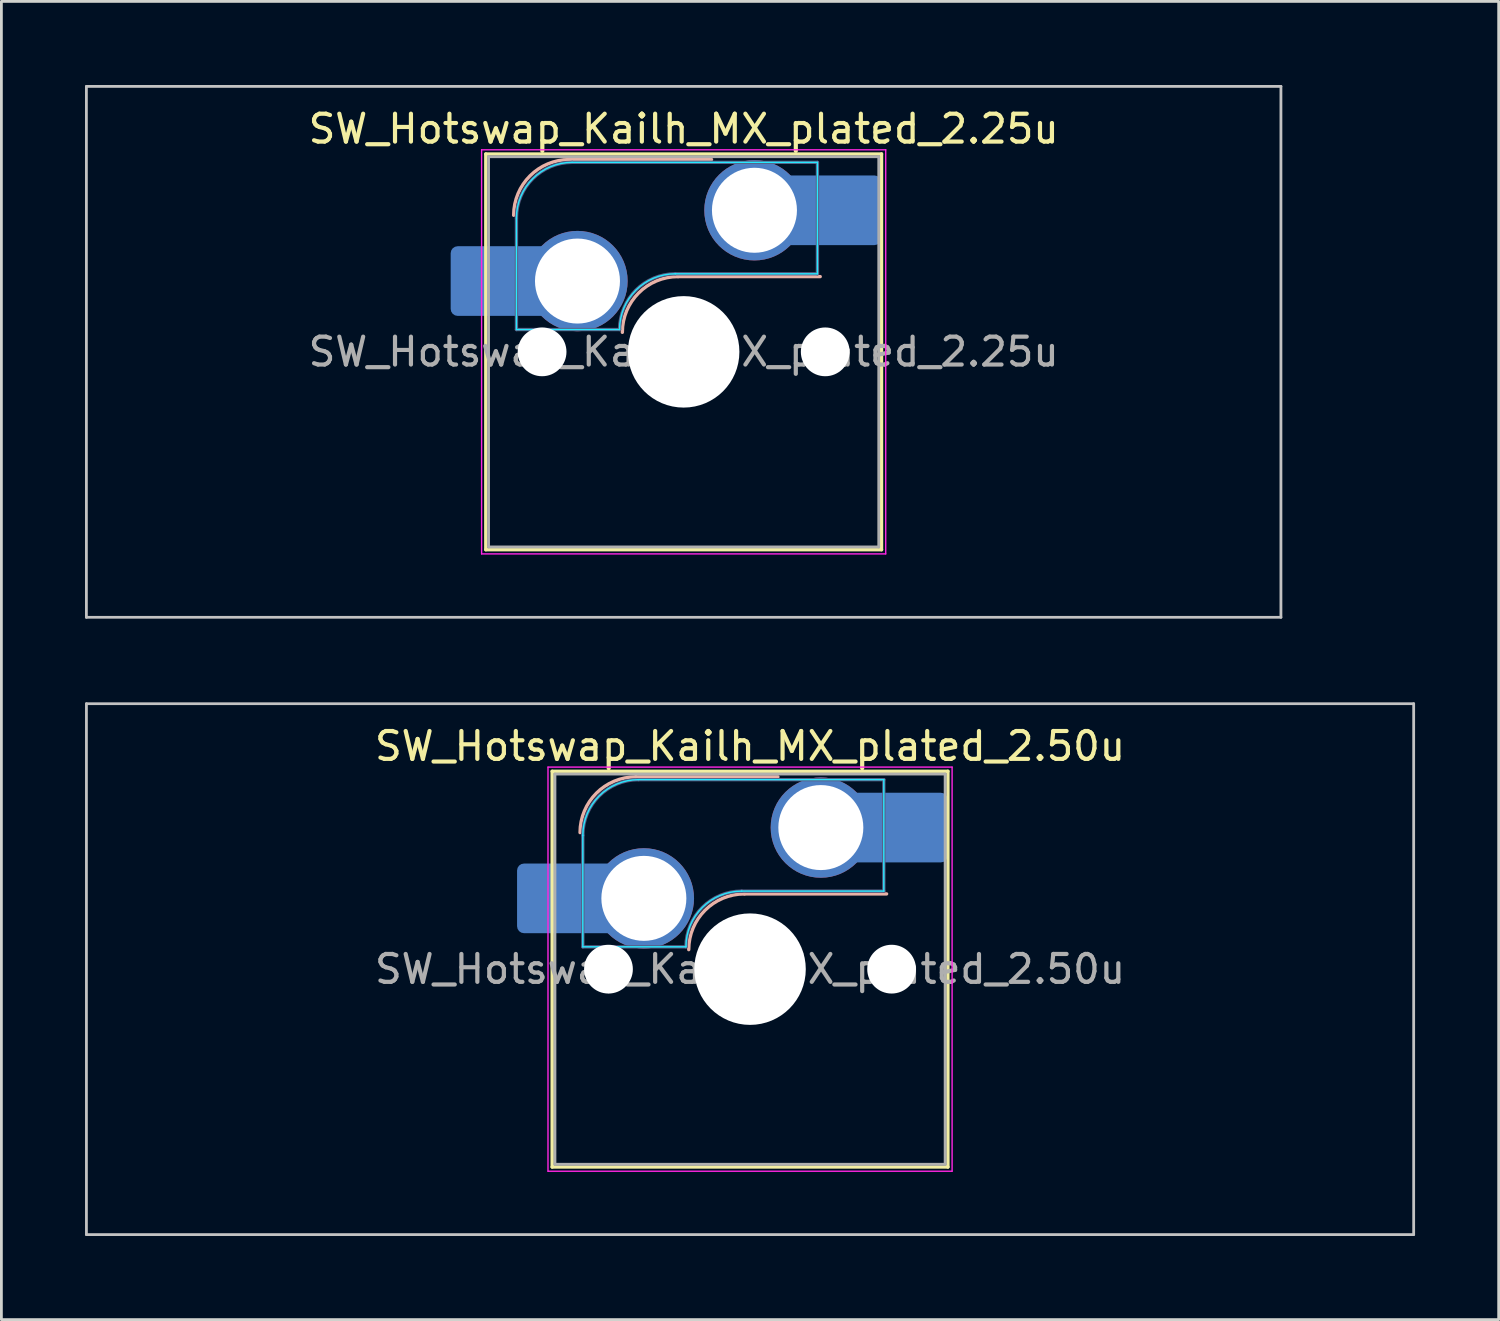
<source format=kicad_pcb>
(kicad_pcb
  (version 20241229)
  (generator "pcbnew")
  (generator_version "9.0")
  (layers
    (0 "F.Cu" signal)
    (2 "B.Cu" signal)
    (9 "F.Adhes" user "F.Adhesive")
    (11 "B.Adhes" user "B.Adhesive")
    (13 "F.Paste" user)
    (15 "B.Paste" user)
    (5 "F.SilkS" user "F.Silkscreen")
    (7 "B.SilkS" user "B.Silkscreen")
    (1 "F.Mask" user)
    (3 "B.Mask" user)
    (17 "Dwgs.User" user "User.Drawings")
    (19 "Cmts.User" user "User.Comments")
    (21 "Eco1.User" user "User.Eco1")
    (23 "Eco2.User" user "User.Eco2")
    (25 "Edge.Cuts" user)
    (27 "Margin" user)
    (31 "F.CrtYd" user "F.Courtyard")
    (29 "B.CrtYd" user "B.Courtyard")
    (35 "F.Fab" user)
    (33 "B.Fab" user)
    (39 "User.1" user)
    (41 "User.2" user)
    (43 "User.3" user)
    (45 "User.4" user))
  (footprint "SW_Hotswap_Kailh_MX_plated_2.50u"
    (layer "F.Cu")
    (at 23.863 31.725)
    (property "Reference" "SW_Hotswap_Kailh_MX_plated_2.50u" (at 0 -8 0) (layer "F.SilkS") (effects (font (size 1 1) (thickness 0.15))))
    (attr smd)
    (fp_line (start -7.1 -7.1) (end -7.1 7.1) (stroke (width 0.12) (type solid)) (layer "F.SilkS"))
    (fp_line (start -7.1 7.1) (end 7.1 7.1) (stroke (width 0.12) (type solid)) (layer "F.SilkS"))
    (fp_line (start 7.1 -7.1) (end -7.1 -7.1) (stroke (width 0.12) (type solid)) (layer "F.SilkS"))
    (fp_line (start 7.1 7.1) (end 7.1 -7.1) (stroke (width 0.12) (type solid)) (layer "F.SilkS"))
    (fp_line (start -4.1 -6.9) (end 1 -6.9) (stroke (width 0.12) (type solid)) (layer "B.SilkS"))
    (fp_line (start -0.2 -2.7) (end 4.9 -2.7) (stroke (width 0.12) (type solid)) (layer "B.SilkS"))
    (fp_arc (start -6.1 -4.9) (mid -5.514214 -6.314214) (end -4.1 -6.9) (stroke (width 0.12) (type solid)) (layer "B.SilkS"))
    (fp_arc (start -2.2 -0.7) (mid -1.614214 -2.114214) (end -0.2 -2.7) (stroke (width 0.12) (type solid)) (layer "B.SilkS"))
    (fp_line (start -23.812 -9.525) (end -23.812 9.525) (stroke (width 0.1) (type solid)) (layer "Dwgs.User"))
    (fp_line (start -23.812 9.525) (end 23.812 9.525) (stroke (width 0.1) (type solid)) (layer "Dwgs.User"))
    (fp_line (start 23.812 -9.525) (end -23.812 -9.525) (stroke (width 0.1) (type solid)) (layer "Dwgs.User"))
    (fp_line (start 23.812 9.525) (end 23.812 -9.525) (stroke (width 0.1) (type solid)) (layer "Dwgs.User"))
    (fp_line (start -7.8 -6) (end -7 -6) (stroke (width 0.1) (type solid)) (layer "Eco1.User"))
    (fp_line (start -7.8 -2.9) (end -7.8 -6) (stroke (width 0.1) (type solid)) (layer "Eco1.User"))
    (fp_line (start -7.8 2.9) (end -7 2.9) (stroke (width 0.1) (type solid)) (layer "Eco1.User"))
    (fp_line (start -7.8 6) (end -7.8 2.9) (stroke (width 0.1) (type solid)) (layer "Eco1.User"))
    (fp_line (start -7 -7) (end 7 -7) (stroke (width 0.1) (type solid)) (layer "Eco1.User"))
    (fp_line (start -7 -6) (end -7 -7) (stroke (width 0.1) (type solid)) (layer "Eco1.User"))
    (fp_line (start -7 -2.9) (end -7.8 -2.9) (stroke (width 0.1) (type solid)) (layer "Eco1.User"))
    (fp_line (start -7 2.9) (end -7 -2.9) (stroke (width 0.1) (type solid)) (layer "Eco1.User"))
    (fp_line (start -7 6) (end -7.8 6) (stroke (width 0.1) (type solid)) (layer "Eco1.User"))
    (fp_line (start -7 7) (end -7 6) (stroke (width 0.1) (type solid)) (layer "Eco1.User"))
    (fp_line (start 7 -7) (end 7 -6) (stroke (width 0.1) (type solid)) (layer "Eco1.User"))
    (fp_line (start 7 -6) (end 7.8 -6) (stroke (width 0.1) (type solid)) (layer "Eco1.User"))
    (fp_line (start 7 -2.9) (end 7 2.9) (stroke (width 0.1) (type solid)) (layer "Eco1.User"))
    (fp_line (start 7 2.9) (end 7.8 2.9) (stroke (width 0.1) (type solid)) (layer "Eco1.User"))
    (fp_line (start 7 6) (end 7 7) (stroke (width 0.1) (type solid)) (layer "Eco1.User"))
    (fp_line (start 7 7) (end -7 7) (stroke (width 0.1) (type solid)) (layer "Eco1.User"))
    (fp_line (start 7.8 -6) (end 7.8 -2.9) (stroke (width 0.1) (type solid)) (layer "Eco1.User"))
    (fp_line (start 7.8 -2.9) (end 7 -2.9) (stroke (width 0.1) (type solid)) (layer "Eco1.User"))
    (fp_line (start 7.8 2.9) (end 7.8 6) (stroke (width 0.1) (type solid)) (layer "Eco1.User"))
    (fp_line (start 7.8 6) (end 7 6) (stroke (width 0.1) (type solid)) (layer "Eco1.User"))
    (fp_line (start -6 -0.8) (end -6 -4.8) (stroke (width 0.05) (type solid)) (layer "B.CrtYd"))
    (fp_line (start -6 -0.8) (end -2.3 -0.8) (stroke (width 0.05) (type solid)) (layer "B.CrtYd"))
    (fp_line (start -4 -6.8) (end 4.8 -6.8) (stroke (width 0.05) (type solid)) (layer "B.CrtYd"))
    (fp_line (start -0.3 -2.8) (end 4.8 -2.8) (stroke (width 0.05) (type solid)) (layer "B.CrtYd"))
    (fp_line (start 4.8 -6.8) (end 4.8 -2.8) (stroke (width 0.05) (type solid)) (layer "B.CrtYd"))
    (fp_arc (start -6 -4.8) (mid -5.414214 -6.214214) (end -4 -6.8) (stroke (width 0.05) (type solid)) (layer "B.CrtYd"))
    (fp_arc (start -2.3 -0.8) (mid -1.714214 -2.214214) (end -0.3 -2.8) (stroke (width 0.05) (type solid)) (layer "B.CrtYd"))
    (fp_line (start -7.25 -7.25) (end -7.25 7.25) (stroke (width 0.05) (type solid)) (layer "F.CrtYd"))
    (fp_line (start -7.25 7.25) (end 7.25 7.25) (stroke (width 0.05) (type solid)) (layer "F.CrtYd"))
    (fp_line (start 7.25 -7.25) (end -7.25 -7.25) (stroke (width 0.05) (type solid)) (layer "F.CrtYd"))
    (fp_line (start 7.25 7.25) (end 7.25 -7.25) (stroke (width 0.05) (type solid)) (layer "F.CrtYd"))
    (fp_line (start -6 -0.8) (end -6 -4.8) (stroke (width 0.12) (type solid)) (layer "B.Fab"))
    (fp_line (start -6 -0.8) (end -2.3 -0.8) (stroke (width 0.12) (type solid)) (layer "B.Fab"))
    (fp_line (start -4 -6.8) (end 4.8 -6.8) (stroke (width 0.12) (type solid)) (layer "B.Fab"))
    (fp_line (start -0.3 -2.8) (end 4.8 -2.8) (stroke (width 0.12) (type solid)) (layer "B.Fab"))
    (fp_line (start 4.8 -6.8) (end 4.8 -2.8) (stroke (width 0.12) (type solid)) (layer "B.Fab"))
    (fp_arc (start -6 -4.8) (mid -5.414214 -6.214214) (end -4 -6.8) (stroke (width 0.12) (type solid)) (layer "B.Fab"))
    (fp_arc (start -2.3 -0.8) (mid -1.714214 -2.214214) (end -0.3 -2.8) (stroke (width 0.12) (type solid)) (layer "B.Fab"))
    (fp_line (start -7 -7) (end -7 7) (stroke (width 0.1) (type solid)) (layer "F.Fab"))
    (fp_line (start -7 7) (end 7 7) (stroke (width 0.1) (type solid)) (layer "F.Fab"))
    (fp_line (start 7 -7) (end -7 -7) (stroke (width 0.1) (type solid)) (layer "F.Fab"))
    (fp_line (start 7 7) (end 7 -7) (stroke (width 0.1) (type solid)) (layer "F.Fab"))
    (fp_text user "${REFERENCE}" (at 0 0 0) (layer "F.Fab") (effects (font (size 1 1) (thickness 0.15))))
    (pad "" smd roundrect (at -7.085 -2.54) (size 2.55 2.5) (layers "B.Mask" "B.Paste") (roundrect_rratio 0.1))
    (pad "" np_thru_hole circle (at -5.08 0) (size 1.75 1.75) (drill 1.75) (layers "*.Cu" "*.Mask"))
    (pad "" np_thru_hole circle (at 0 0) (size 4 4) (drill 4) (layers "*.Cu" "*.Mask"))
    (pad "" np_thru_hole circle (at 5.08 0) (size 1.75 1.75) (drill 1.75) (layers "*.Cu" "*.Mask"))
    (pad "" smd roundrect (at 5.842 -5.08) (size 2.55 2.5) (layers "B.Mask" "B.Paste") (roundrect_rratio 0.1))
    (pad "1" smd roundrect (at -6.585 -2.54) (size 3.55 2.5) (layers "B.Cu") (roundrect_rratio 0.1))
    (pad "1" thru_hole circle (at -3.81 -2.54) (size 3.6 3.6) (drill 3.05) (layers "*.Cu" "B.Mask"))
    (pad "2" thru_hole circle (at 2.54 -5.08) (size 3.6 3.6) (drill 3.05) (layers "*.Cu" "B.Mask"))
    (pad "2" smd roundrect (at 5.32 -5.08) (size 3.55 2.5) (layers "B.Cu") (roundrect_rratio 0.1)))
  (footprint "SW_Hotswap_Kailh_MX_plated_2.25u"
    (layer "F.Cu")
    (at 21.481 9.575)
    (property "Reference" "SW_Hotswap_Kailh_MX_plated_2.25u" (at 0 -8 0) (layer "F.SilkS") (effects (font (size 1 1) (thickness 0.15))))
    (attr smd)
    (fp_line (start -7.1 -7.1) (end -7.1 7.1) (stroke (width 0.12) (type solid)) (layer "F.SilkS"))
    (fp_line (start -7.1 7.1) (end 7.1 7.1) (stroke (width 0.12) (type solid)) (layer "F.SilkS"))
    (fp_line (start 7.1 -7.1) (end -7.1 -7.1) (stroke (width 0.12) (type solid)) (layer "F.SilkS"))
    (fp_line (start 7.1 7.1) (end 7.1 -7.1) (stroke (width 0.12) (type solid)) (layer "F.SilkS"))
    (fp_line (start -4.1 -6.9) (end 1 -6.9) (stroke (width 0.12) (type solid)) (layer "B.SilkS"))
    (fp_line (start -0.2 -2.7) (end 4.9 -2.7) (stroke (width 0.12) (type solid)) (layer "B.SilkS"))
    (fp_arc (start -6.1 -4.9) (mid -5.514214 -6.314214) (end -4.1 -6.9) (stroke (width 0.12) (type solid)) (layer "B.SilkS"))
    (fp_arc (start -2.2 -0.7) (mid -1.614214 -2.114214) (end -0.2 -2.7) (stroke (width 0.12) (type solid)) (layer "B.SilkS"))
    (fp_line (start -21.431 -9.525) (end -21.431 9.525) (stroke (width 0.1) (type solid)) (layer "Dwgs.User"))
    (fp_line (start -21.431 9.525) (end 21.431 9.525) (stroke (width 0.1) (type solid)) (layer "Dwgs.User"))
    (fp_line (start 21.431 -9.525) (end -21.431 -9.525) (stroke (width 0.1) (type solid)) (layer "Dwgs.User"))
    (fp_line (start 21.431 9.525) (end 21.431 -9.525) (stroke (width 0.1) (type solid)) (layer "Dwgs.User"))
    (fp_line (start -7.8 -6) (end -7 -6) (stroke (width 0.1) (type solid)) (layer "Eco1.User"))
    (fp_line (start -7.8 -2.9) (end -7.8 -6) (stroke (width 0.1) (type solid)) (layer "Eco1.User"))
    (fp_line (start -7.8 2.9) (end -7 2.9) (stroke (width 0.1) (type solid)) (layer "Eco1.User"))
    (fp_line (start -7.8 6) (end -7.8 2.9) (stroke (width 0.1) (type solid)) (layer "Eco1.User"))
    (fp_line (start -7 -7) (end 7 -7) (stroke (width 0.1) (type solid)) (layer "Eco1.User"))
    (fp_line (start -7 -6) (end -7 -7) (stroke (width 0.1) (type solid)) (layer "Eco1.User"))
    (fp_line (start -7 -2.9) (end -7.8 -2.9) (stroke (width 0.1) (type solid)) (layer "Eco1.User"))
    (fp_line (start -7 2.9) (end -7 -2.9) (stroke (width 0.1) (type solid)) (layer "Eco1.User"))
    (fp_line (start -7 6) (end -7.8 6) (stroke (width 0.1) (type solid)) (layer "Eco1.User"))
    (fp_line (start -7 7) (end -7 6) (stroke (width 0.1) (type solid)) (layer "Eco1.User"))
    (fp_line (start 7 -7) (end 7 -6) (stroke (width 0.1) (type solid)) (layer "Eco1.User"))
    (fp_line (start 7 -6) (end 7.8 -6) (stroke (width 0.1) (type solid)) (layer "Eco1.User"))
    (fp_line (start 7 -2.9) (end 7 2.9) (stroke (width 0.1) (type solid)) (layer "Eco1.User"))
    (fp_line (start 7 2.9) (end 7.8 2.9) (stroke (width 0.1) (type solid)) (layer "Eco1.User"))
    (fp_line (start 7 6) (end 7 7) (stroke (width 0.1) (type solid)) (layer "Eco1.User"))
    (fp_line (start 7 7) (end -7 7) (stroke (width 0.1) (type solid)) (layer "Eco1.User"))
    (fp_line (start 7.8 -6) (end 7.8 -2.9) (stroke (width 0.1) (type solid)) (layer "Eco1.User"))
    (fp_line (start 7.8 -2.9) (end 7 -2.9) (stroke (width 0.1) (type solid)) (layer "Eco1.User"))
    (fp_line (start 7.8 2.9) (end 7.8 6) (stroke (width 0.1) (type solid)) (layer "Eco1.User"))
    (fp_line (start 7.8 6) (end 7 6) (stroke (width 0.1) (type solid)) (layer "Eco1.User"))
    (fp_line (start -6 -0.8) (end -6 -4.8) (stroke (width 0.05) (type solid)) (layer "B.CrtYd"))
    (fp_line (start -6 -0.8) (end -2.3 -0.8) (stroke (width 0.05) (type solid)) (layer "B.CrtYd"))
    (fp_line (start -4 -6.8) (end 4.8 -6.8) (stroke (width 0.05) (type solid)) (layer "B.CrtYd"))
    (fp_line (start -0.3 -2.8) (end 4.8 -2.8) (stroke (width 0.05) (type solid)) (layer "B.CrtYd"))
    (fp_line (start 4.8 -6.8) (end 4.8 -2.8) (stroke (width 0.05) (type solid)) (layer "B.CrtYd"))
    (fp_arc (start -6 -4.8) (mid -5.414214 -6.214214) (end -4 -6.8) (stroke (width 0.05) (type solid)) (layer "B.CrtYd"))
    (fp_arc (start -2.3 -0.8) (mid -1.714214 -2.214214) (end -0.3 -2.8) (stroke (width 0.05) (type solid)) (layer "B.CrtYd"))
    (fp_line (start -7.25 -7.25) (end -7.25 7.25) (stroke (width 0.05) (type solid)) (layer "F.CrtYd"))
    (fp_line (start -7.25 7.25) (end 7.25 7.25) (stroke (width 0.05) (type solid)) (layer "F.CrtYd"))
    (fp_line (start 7.25 -7.25) (end -7.25 -7.25) (stroke (width 0.05) (type solid)) (layer "F.CrtYd"))
    (fp_line (start 7.25 7.25) (end 7.25 -7.25) (stroke (width 0.05) (type solid)) (layer "F.CrtYd"))
    (fp_line (start -6 -0.8) (end -6 -4.8) (stroke (width 0.12) (type solid)) (layer "B.Fab"))
    (fp_line (start -6 -0.8) (end -2.3 -0.8) (stroke (width 0.12) (type solid)) (layer "B.Fab"))
    (fp_line (start -4 -6.8) (end 4.8 -6.8) (stroke (width 0.12) (type solid)) (layer "B.Fab"))
    (fp_line (start -0.3 -2.8) (end 4.8 -2.8) (stroke (width 0.12) (type solid)) (layer "B.Fab"))
    (fp_line (start 4.8 -6.8) (end 4.8 -2.8) (stroke (width 0.12) (type solid)) (layer "B.Fab"))
    (fp_arc (start -6 -4.8) (mid -5.414214 -6.214214) (end -4 -6.8) (stroke (width 0.12) (type solid)) (layer "B.Fab"))
    (fp_arc (start -2.3 -0.8) (mid -1.714214 -2.214214) (end -0.3 -2.8) (stroke (width 0.12) (type solid)) (layer "B.Fab"))
    (fp_line (start -7 -7) (end -7 7) (stroke (width 0.1) (type solid)) (layer "F.Fab"))
    (fp_line (start -7 7) (end 7 7) (stroke (width 0.1) (type solid)) (layer "F.Fab"))
    (fp_line (start 7 -7) (end -7 -7) (stroke (width 0.1) (type solid)) (layer "F.Fab"))
    (fp_line (start 7 7) (end 7 -7) (stroke (width 0.1) (type solid)) (layer "F.Fab"))
    (fp_text user "${REFERENCE}" (at 0 0 0) (layer "F.Fab") (effects (font (size 1 1) (thickness 0.15))))
    (pad "" smd roundrect (at -7.085 -2.54) (size 2.55 2.5) (layers "B.Mask" "B.Paste") (roundrect_rratio 0.1))
    (pad "" np_thru_hole circle (at -5.08 0) (size 1.75 1.75) (drill 1.75) (layers "*.Cu" "*.Mask"))
    (pad "" np_thru_hole circle (at 0 0) (size 4 4) (drill 4) (layers "*.Cu" "*.Mask"))
    (pad "" np_thru_hole circle (at 5.08 0) (size 1.75 1.75) (drill 1.75) (layers "*.Cu" "*.Mask"))
    (pad "" smd roundrect (at 5.842 -5.08) (size 2.55 2.5) (layers "B.Mask" "B.Paste") (roundrect_rratio 0.1))
    (pad "1" smd roundrect (at -6.585 -2.54) (size 3.55 2.5) (layers "B.Cu") (roundrect_rratio 0.1))
    (pad "1" thru_hole circle (at -3.81 -2.54) (size 3.6 3.6) (drill 3.05) (layers "*.Cu" "B.Mask"))
    (pad "2" thru_hole circle (at 2.54 -5.08) (size 3.6 3.6) (drill 3.05) (layers "*.Cu" "B.Mask"))
    (pad "2" smd roundrect (at 5.32 -5.08) (size 3.55 2.5) (layers "B.Cu") (roundrect_rratio 0.1)))
  (gr_rect
    (start -3 -3)
    (end 50.725 44.3)
    (stroke (width 0.1) (type default))
    (fill no)
    (layer "Edge.Cuts")))
</source>
